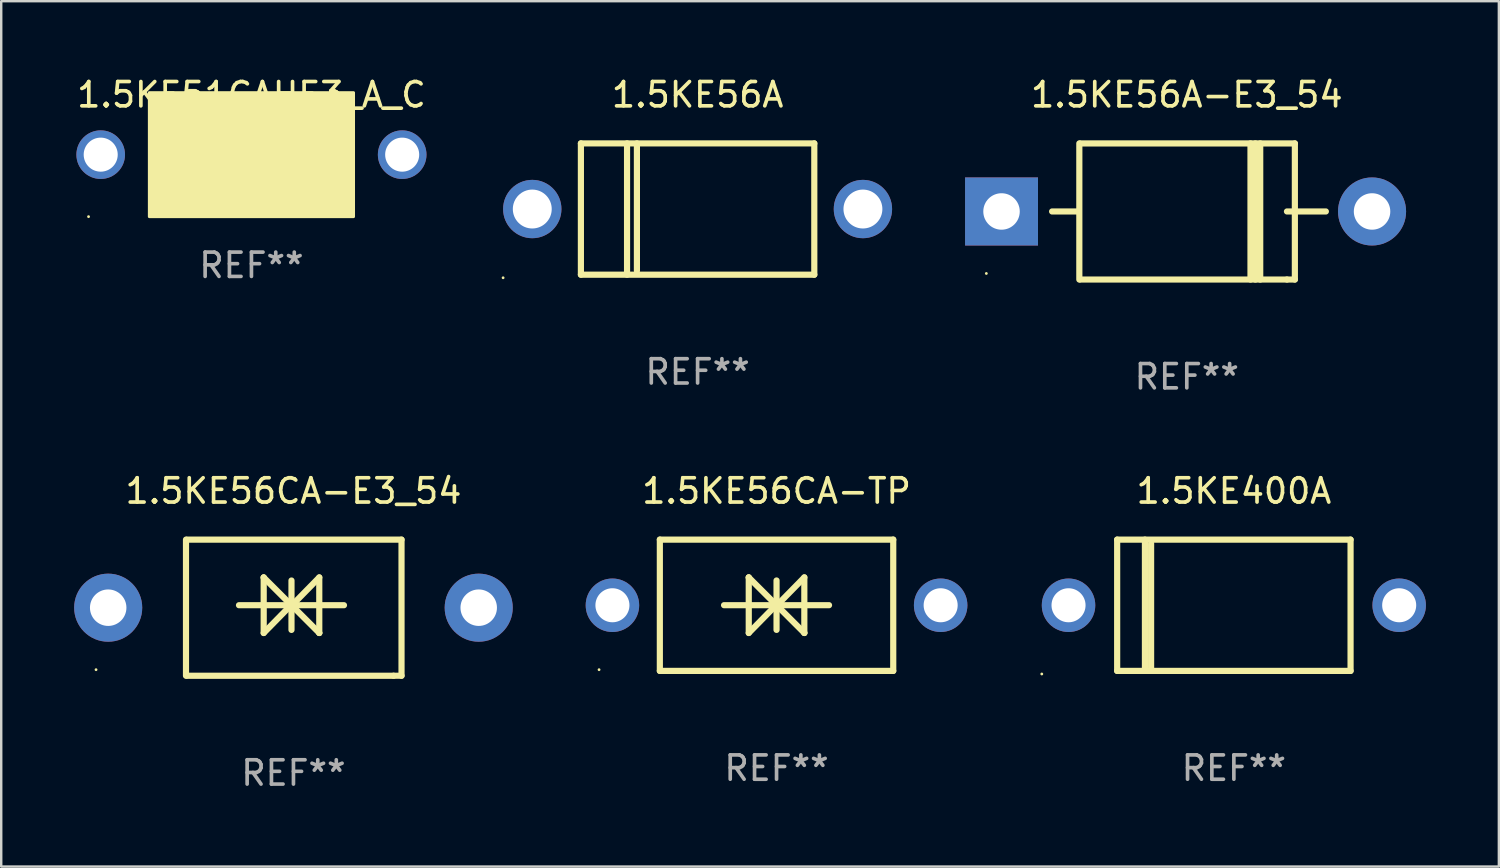
<source format=kicad_pcb>
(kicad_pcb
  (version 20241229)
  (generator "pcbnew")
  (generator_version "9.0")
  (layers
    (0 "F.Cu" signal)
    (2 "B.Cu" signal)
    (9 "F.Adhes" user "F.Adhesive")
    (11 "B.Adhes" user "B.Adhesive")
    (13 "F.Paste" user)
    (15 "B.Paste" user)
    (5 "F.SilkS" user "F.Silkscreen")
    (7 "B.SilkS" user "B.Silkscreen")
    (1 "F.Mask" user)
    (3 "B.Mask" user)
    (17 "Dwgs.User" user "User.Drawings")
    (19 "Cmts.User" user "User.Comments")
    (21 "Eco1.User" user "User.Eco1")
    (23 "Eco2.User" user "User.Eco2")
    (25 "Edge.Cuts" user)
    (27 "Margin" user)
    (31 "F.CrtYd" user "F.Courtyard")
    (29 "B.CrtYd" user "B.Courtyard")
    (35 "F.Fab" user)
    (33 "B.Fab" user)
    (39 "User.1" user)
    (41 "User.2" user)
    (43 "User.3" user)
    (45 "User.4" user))
  (footprint "1.5KE56A-E3_54"
    (layer "F.Cu")
    (at 45.764 5.648)
    (property "Reference" "1.5KE56A-E3_54" (at 0 -4.8 0) (layer "F.SilkS") (effects (font (size 1 1) (thickness 0.15))))
    (attr through_hole)
    (fp_line (start -5.54 0) (end -4.44 0) (stroke (width 0.254) (type solid)) (layer "F.SilkS"))
    (fp_line (start -4.42 2.8) (end -4.42 -2.8) (stroke (width 0.254) (type solid)) (layer "F.SilkS"))
    (fp_line (start -4.379 -2.799) (end 4.445 -2.799) (stroke (width 0.254) (type solid)) (layer "F.SilkS"))
    (fp_line (start 2.62 -2.8) (end 2.62 2.8) (stroke (width 0.254) (type solid)) (layer "F.SilkS"))
    (fp_line (start 2.82 -2.8) (end 2.82 2.8) (stroke (width 0.254) (type solid)) (layer "F.SilkS"))
    (fp_line (start 3.02 -2.8) (end 3.02 2.8) (stroke (width 0.254) (type solid)) (layer "F.SilkS"))
    (fp_line (start 4.12 0) (end 5.72 0) (stroke (width 0.254) (type solid)) (layer "F.SilkS"))
    (fp_line (start 4.12 2.8) (end -4.38 2.8) (stroke (width 0.254) (type solid)) (layer "F.SilkS"))
    (fp_line (start 4.445 -2.799) (end 4.445 2.799) (stroke (width 0.254) (type solid)) (layer "F.SilkS"))
    (fp_line (start 4.445 2.799) (end 4.12 2.799) (stroke (width 0.254) (type solid)) (layer "F.SilkS"))
    (fp_circle (center -8.245 2.55) (end -8.215 2.55) (stroke (width 0.06) (type solid)) (fill no) (layer "F.SilkS"))
    (fp_text user "REF**" (at 0 6.8 0) (layer "F.Fab") (effects (font (size 1 1) (thickness 0.15))))
    (pad "1" thru_hole rect (at -7.62 0 180) (size 3 2.8) (drill 1.5) (layers "*.Cu" "*.Mask"))
    (pad "2" thru_hole circle (at 7.62 0) (size 2.8 2.8) (drill 1.5) (layers "*.Cu" "*.Mask")))
  (footprint "1.5KE56CA-E3_54"
    (layer "F.Cu")
    (at 9.02 21.945)
    (property "Reference" "1.5KE56CA-E3_54" (at 0 -4.8 0) (layer "F.SilkS") (effects (font (size 1 1) (thickness 0.15))))
    (attr through_hole)
    (fp_line (start -4.42 2.8) (end -4.42 -2.8) (stroke (width 0.254) (type solid)) (layer "F.SilkS"))
    (fp_line (start -4.379 -2.799) (end 4.445 -2.799) (stroke (width 0.254) (type solid)) (layer "F.SilkS"))
    (fp_line (start -2.24 -0.102) (end 2.078 -0.102) (stroke (width 0.254) (type solid)) (layer "F.SilkS"))
    (fp_line (start -1.224 -1.245) (end -1.224 1.041) (stroke (width 0.254) (type solid)) (layer "F.SilkS"))
    (fp_line (start -1.224 -1.242) (end -1.224 -1.245) (stroke (width 0.254) (type solid)) (layer "F.SilkS"))
    (fp_line (start -0.081 -1.118) (end -0.081 0.914) (stroke (width 0.254) (type solid)) (layer "F.SilkS"))
    (fp_line (start -0.081 -0.125) (end -1.224 1.041) (stroke (width 0.254) (type solid)) (layer "F.SilkS"))
    (fp_line (start -0.081 -0.105) (end 1.062 1.038) (stroke (width 0.254) (type solid)) (layer "F.SilkS"))
    (fp_line (start -0.081 -0.099) (end -1.224 -1.242) (stroke (width 0.254) (type solid)) (layer "F.SilkS"))
    (fp_line (start -0.081 -0.079) (end 1.062 -1.245) (stroke (width 0.254) (type solid)) (layer "F.SilkS"))
    (fp_line (start 1.062 1.038) (end 1.062 1.041) (stroke (width 0.254) (type solid)) (layer "F.SilkS"))
    (fp_line (start 1.062 1.041) (end 1.062 -1.245) (stroke (width 0.254) (type solid)) (layer "F.SilkS"))
    (fp_line (start 4.12 2.8) (end -4.38 2.8) (stroke (width 0.254) (type solid)) (layer "F.SilkS"))
    (fp_line (start 4.445 -2.799) (end 4.445 2.799) (stroke (width 0.254) (type solid)) (layer "F.SilkS"))
    (fp_line (start 4.445 2.799) (end 4.12 2.799) (stroke (width 0.254) (type solid)) (layer "F.SilkS"))
    (fp_circle (center -8.12 2.55) (end -8.09 2.55) (stroke (width 0.06) (type solid)) (fill no) (layer "F.SilkS"))
    (fp_text user "REF**" (at 0 6.8 0) (layer "F.Fab") (effects (font (size 1 1) (thickness 0.15))))
    (pad "1" thru_hole circle (at -7.62 0) (size 2.8 2.8) (drill 1.5) (layers "*.Cu" "*.Mask"))
    (pad "2" thru_hole circle (at 7.62 0) (size 2.8 2.8) (drill 1.5) (layers "*.Cu" "*.Mask")))
  (footprint "1.5KE400A"
    (layer "F.Cu")
    (at 47.7 21.845)
    (property "Reference" "1.5KE400A" (at 0 -4.7 0) (layer "F.SilkS") (effects (font (size 1 1) (thickness 0.15))))
    (attr through_hole)
    (fp_line (start -4.8 -2.7) (end 4.8 -2.7) (stroke (width 0.254) (type solid)) (layer "F.SilkS"))
    (fp_line (start -4.8 2.7) (end -4.8 -2.7) (stroke (width 0.254) (type solid)) (layer "F.SilkS"))
    (fp_line (start -3.658 2.7) (end -3.658 -2.7) (stroke (width 0.254) (type solid)) (layer "F.SilkS"))
    (fp_line (start -3.404 2.7) (end -3.404 -2.54) (stroke (width 0.254) (type solid)) (layer "F.SilkS"))
    (fp_line (start 4.8 2.7) (end -4.8 2.7) (stroke (width 0.254) (type solid)) (layer "F.SilkS"))
    (fp_line (start 4.8 2.7) (end 4.8 -2.7) (stroke (width 0.254) (type solid)) (layer "F.SilkS"))
    (fp_circle (center -7.9 2.827) (end -7.87 2.827) (stroke (width 0.06) (type solid)) (fill no) (layer "F.SilkS"))
    (fp_text user "REF**" (at 0 6.7 0) (layer "F.Fab") (effects (font (size 1 1) (thickness 0.15))))
    (pad "1" thru_hole circle (at -6.8 0) (size 2.2 2.2) (drill 1.4) (layers "*.Cu" "*.Mask"))
    (pad "2" thru_hole circle (at 6.8 0) (size 2.2 2.2) (drill 1.4) (layers "*.Cu" "*.Mask")))
  (footprint "1.5KE56CA-TP"
    (layer "F.Cu")
    (at 28.89 21.845)
    (property "Reference" "1.5KE56CA-TP" (at 0 -4.7 0) (layer "F.SilkS") (effects (font (size 1 1) (thickness 0.15))))
    (attr through_hole)
    (fp_line (start -4.8 -2.7) (end -4.8 2.7) (stroke (width 0.254) (type solid)) (layer "F.SilkS"))
    (fp_line (start -4.8 -2.7) (end 4.8 -2.7) (stroke (width 0.254) (type solid)) (layer "F.SilkS"))
    (fp_line (start -2.159 -0.003) (end 2.159 -0.003) (stroke (width 0.254) (type solid)) (layer "F.SilkS"))
    (fp_line (start -1.143 -1.146) (end -1.143 1.14) (stroke (width 0.254) (type solid)) (layer "F.SilkS"))
    (fp_line (start -1.143 -1.143) (end -1.143 -1.146) (stroke (width 0.254) (type solid)) (layer "F.SilkS"))
    (fp_line (start 0 -1.019) (end 0 1.013) (stroke (width 0.254) (type solid)) (layer "F.SilkS"))
    (fp_line (start 0 -0.026) (end -1.143 1.14) (stroke (width 0.254) (type solid)) (layer "F.SilkS"))
    (fp_line (start 0 -0.006) (end 1.143 1.137) (stroke (width 0.254) (type solid)) (layer "F.SilkS"))
    (fp_line (start 0 0) (end -1.143 -1.143) (stroke (width 0.254) (type solid)) (layer "F.SilkS"))
    (fp_line (start 0 0.02) (end 1.143 -1.146) (stroke (width 0.254) (type solid)) (layer "F.SilkS"))
    (fp_line (start 1.143 1.137) (end 1.143 1.14) (stroke (width 0.254) (type solid)) (layer "F.SilkS"))
    (fp_line (start 1.143 1.14) (end 1.143 -1.146) (stroke (width 0.254) (type solid)) (layer "F.SilkS"))
    (fp_line (start 4.8 -2.7) (end 4.8 2.7) (stroke (width 0.254) (type solid)) (layer "F.SilkS"))
    (fp_line (start 4.8 2.7) (end -4.8 2.7) (stroke (width 0.254) (type solid)) (layer "F.SilkS"))
    (fp_circle (center -7.3 2.65) (end -7.27 2.65) (stroke (width 0.06) (type solid)) (fill no) (layer "F.SilkS"))
    (fp_text user "REF**" (at 0 6.7 0) (layer "F.Fab") (effects (font (size 1 1) (thickness 0.15))))
    (pad "1" thru_hole circle (at -6.75 0) (size 2.2 2.2) (drill 1.4) (layers "*.Cu" "*.Mask"))
    (pad "2" thru_hole circle (at 6.75 0) (size 2.2 2.2) (drill 1.4) (layers "*.Cu" "*.Mask")))
  (footprint "1.5KE56A"
    (layer "F.Cu")
    (at 25.643 5.548)
    (property "Reference" "1.5KE56A" (at 0 -4.7 0) (layer "F.SilkS") (effects (font (size 1 1) (thickness 0.15))))
    (attr through_hole)
    (fp_line (start -4.8 -2.7) (end -4.8 2.7) (stroke (width 0.254) (type solid)) (layer "F.SilkS"))
    (fp_line (start -4.8 -2.7) (end 4.8 -2.7) (stroke (width 0.254) (type solid)) (layer "F.SilkS"))
    (fp_line (start -2.902 -2.7) (end -2.902 2.7) (stroke (width 0.254) (type solid)) (layer "F.SilkS"))
    (fp_line (start -2.496 -2.7) (end -2.496 2.54) (stroke (width 0.254) (type solid)) (layer "F.SilkS"))
    (fp_line (start 4.8 -2.7) (end 4.8 2.7) (stroke (width 0.254) (type solid)) (layer "F.SilkS"))
    (fp_line (start 4.8 2.7) (end -4.8 2.7) (stroke (width 0.254) (type solid)) (layer "F.SilkS"))
    (fp_circle (center -8 2.827) (end -7.97 2.827) (stroke (width 0.06) (type solid)) (fill no) (layer "F.SilkS"))
    (fp_text user "REF**" (at 0 6.7 0) (layer "F.Fab") (effects (font (size 1 1) (thickness 0.15))))
    (pad "1" thru_hole circle (at -6.8 0) (size 2.4 2.4) (drill 1.6) (layers "*.Cu" "*.Mask"))
    (pad "2" thru_hole circle (at 6.8 0) (size 2.4 2.4) (drill 1.6) (layers "*.Cu" "*.Mask")))
  (footprint "1.5KE51CAHE3_A_C"
    (layer "F.Cu")
    (at 7.292 3.356)
    (property "Reference" "1.5KE51CAHE3_A_C" (at 0 -2.508 0) (layer "F.SilkS") (effects (font (size 1 1) (thickness 0.15))))
    (attr through_hole)
    (fp_line (start -1.498 0) (end 0.534 0) (stroke (width 0.254) (type solid)) (layer "F.SilkS"))
    (fp_line (start -0.99 -0.508) (end -0.99 0.508) (stroke (width 0.254) (type solid)) (layer "F.SilkS"))
    (fp_line (start -0.99 0.508) (end 0.026 0) (stroke (width 0.254) (type solid)) (layer "F.SilkS"))
    (fp_line (start 0.026 -0.508) (end 0.026 0.508) (stroke (width 0.254) (type solid)) (layer "F.SilkS"))
    (fp_line (start 0.026 0) (end -0.99 -0.508) (stroke (width 0.254) (type solid)) (layer "F.SilkS"))
    (fp_line (start 0.026 0) (end 0.026 -0.508) (stroke (width 0.254) (type solid)) (layer "F.SilkS"))
    (fp_line (start 0.038 0) (end 0.038 0.508) (stroke (width 0.254) (type solid)) (layer "F.SilkS"))
    (fp_line (start 0.038 0) (end 1.054 0.508) (stroke (width 0.254) (type solid)) (layer "F.SilkS"))
    (fp_line (start 0.038 0.508) (end 0.038 -0.508) (stroke (width 0.254) (type solid)) (layer "F.SilkS"))
    (fp_line (start 1.054 -0.508) (end 0.038 0) (stroke (width 0.254) (type solid)) (layer "F.SilkS"))
    (fp_line (start 1.054 0.508) (end 1.054 -0.508) (stroke (width 0.254) (type solid)) (layer "F.SilkS"))
    (fp_line (start 1.562 0) (end -0.47 0) (stroke (width 0.254) (type solid)) (layer "F.SilkS"))
    (fp_circle (center -6.7 2.505) (end -6.67 2.505) (stroke (width 0.06) (type solid)) (fill no) (layer "F.SilkS"))
    (fp_poly (pts (xy -4.2 -2.595) (xy 4.2 -2.595) (xy 4.2 2.505) (xy -4.2 2.505)) (stroke (width 0.12) (type solid)) (fill yes) (layer "F.SilkS"))
    (fp_text user "REF**" (at 0 4.508 0) (layer "F.Fab") (effects (font (size 1 1) (thickness 0.15))))
    (pad "1" thru_hole circle (at -6.2 -0.045) (size 2 2) (drill 1.4) (layers "*.Cu" "*.Mask"))
    (pad "2" thru_hole circle (at 6.2 -0.045) (size 2 2) (drill 1.4) (layers "*.Cu" "*.Mask")))
  (gr_rect
    (start -3 -3)
    (end 58.6 32.593)
    (stroke (width 0.1) (type default))
    (fill no)
    (layer "Edge.Cuts")))
</source>
